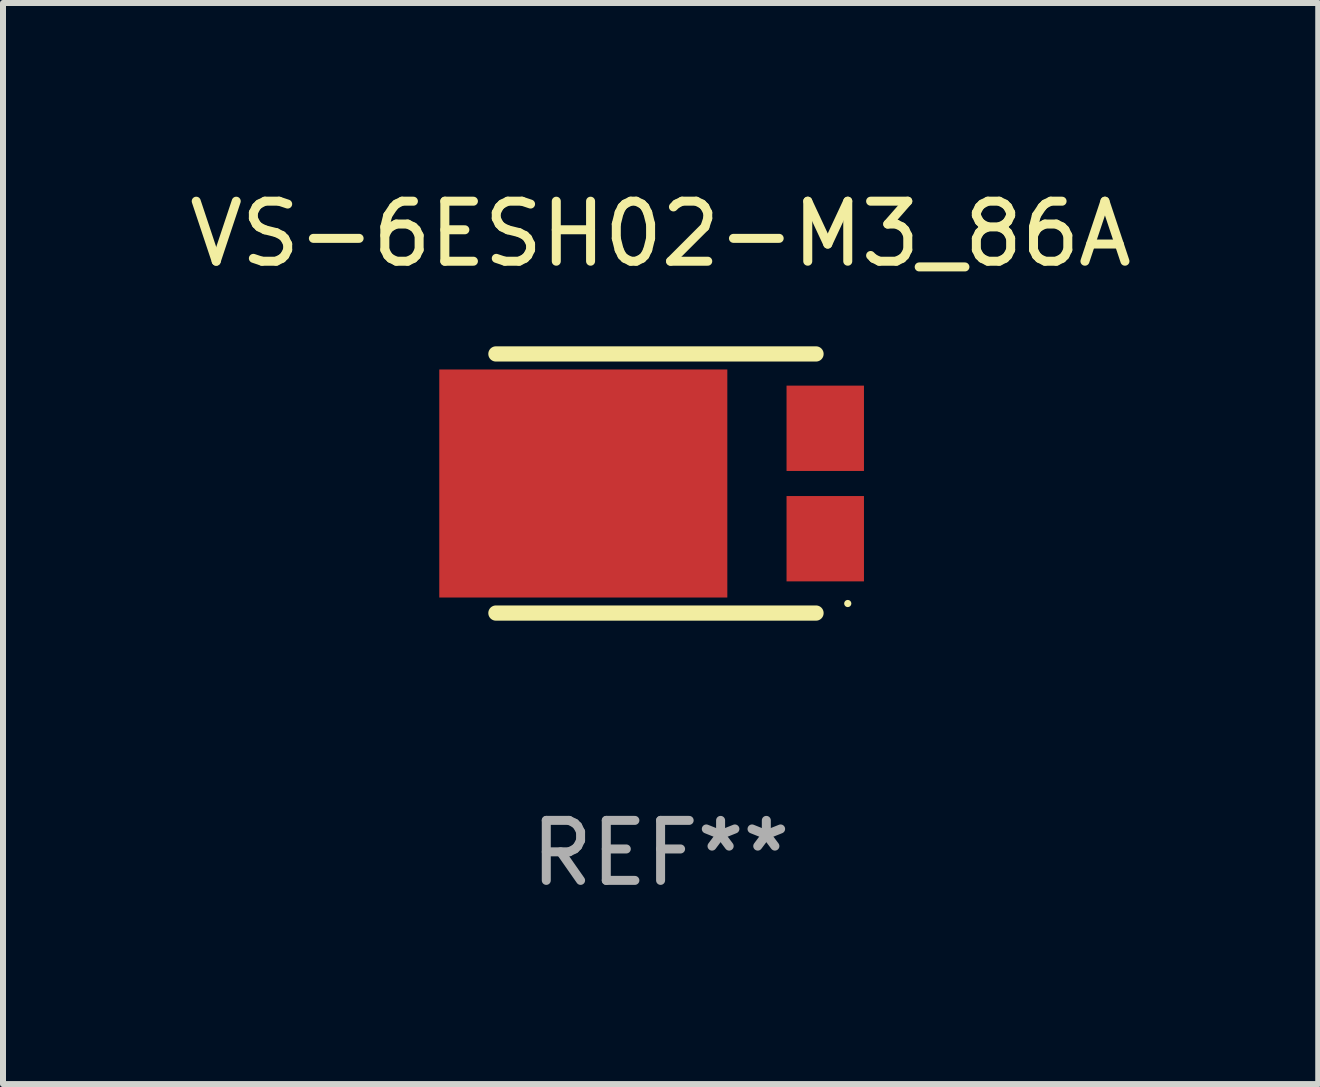
<source format=kicad_pcb>
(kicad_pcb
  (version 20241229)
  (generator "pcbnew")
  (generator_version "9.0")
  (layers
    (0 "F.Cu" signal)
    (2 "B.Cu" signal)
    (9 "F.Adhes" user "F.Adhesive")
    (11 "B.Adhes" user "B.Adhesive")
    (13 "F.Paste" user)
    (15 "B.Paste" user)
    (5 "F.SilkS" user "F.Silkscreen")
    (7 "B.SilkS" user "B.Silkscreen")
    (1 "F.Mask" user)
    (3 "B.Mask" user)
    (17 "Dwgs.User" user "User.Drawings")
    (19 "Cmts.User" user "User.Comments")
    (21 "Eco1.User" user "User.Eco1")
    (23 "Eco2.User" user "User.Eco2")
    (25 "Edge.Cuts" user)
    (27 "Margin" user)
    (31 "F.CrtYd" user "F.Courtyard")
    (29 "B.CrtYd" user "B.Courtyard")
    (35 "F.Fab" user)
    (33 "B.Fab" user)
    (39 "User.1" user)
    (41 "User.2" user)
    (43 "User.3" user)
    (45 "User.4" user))
  (footprint "VS-6ESH02-M3_86A"
    (layer "F.Cu")
    (at 7.958 5.007)
    (property "Reference" "VS-6ESH02-M3_86A" (at 0 -4.159 0) (layer "F.SilkS") (effects (font (size 1 1) (thickness 0.15))))
    (attr through_hole)
    (fp_line (start -2.744 2.159) (end 2.59 2.159) (stroke (width 0.254) (type solid)) (layer "F.SilkS"))
    (fp_line (start 2.59 -2.159) (end -2.744 -2.159) (stroke (width 0.254) (type solid)) (layer "F.SilkS"))
    (fp_circle (center 3.119 2) (end 3.149 2) (stroke (width 0.06) (type solid)) (fill no) (layer "F.SilkS"))
    (fp_text user "REF**" (at 0 6.159 0) (layer "F.Fab") (effects (font (size 1 1) (thickness 0.15))))
    (pad "1" smd rect (at 2.744 0.92) (size 1.29 1.422) (layers "F.Cu" "F.Mask" "F.Paste"))
    (pad "2" smd rect (at -1.288 0 90) (size 3.8 4.8) (layers "F.Cu" "F.Mask" "F.Paste"))
    (pad "3" smd rect (at 2.744 -0.92) (size 1.29 1.422) (layers "F.Cu" "F.Mask" "F.Paste")))
  (gr_rect
    (start -3 -3)
    (end 18.917 15.015)
    (stroke (width 0.1) (type default))
    (fill no)
    (layer "Edge.Cuts")))
</source>
